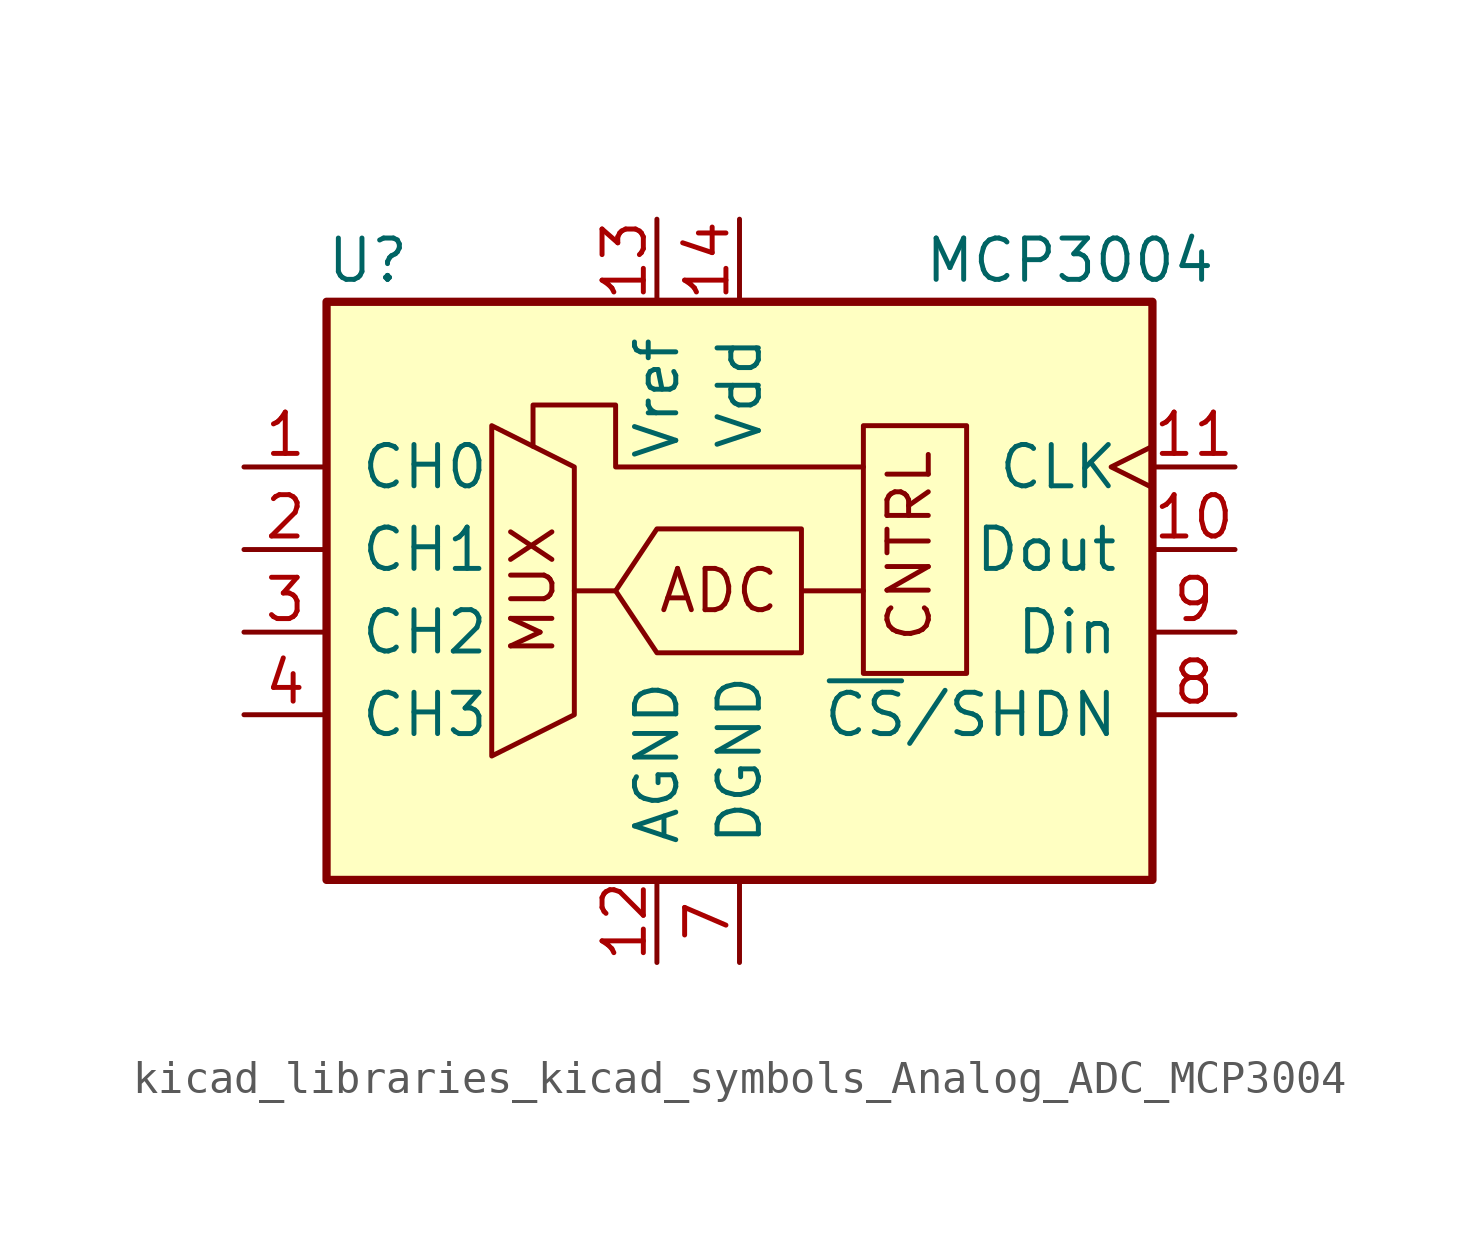
<source format=kicad_sym>
(kicad_symbol_lib
  (version 20220914)
  (generator kicad_symbol_editor)
  (symbol "kicad_libraries_kicad_symbols_Analog_ADC_MCP3004"
    (pin_names
      (offset 1.016))
    (property "Reference" "U"
      (at -11.43 8.89 0)
      (effects (font (size 1.27 1.27))))
    (property "Value" "MCP3004"
      (at 10.16 8.89 0)
      (effects (font (size 1.27 1.27))))
    (symbol "kicad_libraries_kicad_symbols_Analog_ADC_MCP3004_0_0"
      (text "ADC" (at -0.635 -1.27 0) (effects (font (size 1.27 1.27))))
      (text "CNTRL" (at 5.969 -2.921 900) (effects (font (size 1.27 1.27)) (justify left bottom)))
      (text "MUX" (at -6.35 -1.27 900) (effects (font (size 1.27 1.27)))))
    (symbol "kicad_libraries_kicad_symbols_Analog_ADC_MCP3004_0_1"
      (polyline (pts (xy -5.08 -1.27) (xy -3.81 -1.27)) (stroke (width 0) (type default)) (fill (type none)))
      (polyline (pts (xy 1.905 -1.27) (xy 3.81 -1.27)) (stroke (width 0) (type default)) (fill (type none)))
      (polyline (pts (xy -7.62 3.81) (xy -7.62 -6.35) (xy -5.08 -5.08) (xy -5.08 2.54) (xy -7.62 3.81)) (stroke (width 0) (type default)) (fill (type none)))
      (polyline (pts (xy 3.81 2.54) (xy -3.81 2.54) (xy -3.81 4.445) (xy -6.35 4.445) (xy -6.35 3.175)) (stroke (width 0) (type default)) (fill (type none)))
      (polyline (pts (xy -3.81 -1.27) (xy -2.54 0.635) (xy 1.905 0.635) (xy 1.905 -3.175) (xy -2.54 -3.175) (xy -3.81 -1.27)) (stroke (width 0) (type default)) (fill (type none)))
      (rectangle (start 3.81 -3.81) (end 6.985 3.81) (stroke (width 0) (type default)) (fill (type none)))
      (rectangle (start 12.7 7.62) (end -12.7 -10.16) (stroke (width 0.254) (type default)) (fill (type background))))
    (symbol "kicad_libraries_kicad_symbols_Analog_ADC_MCP3004_1_1"
      (pin input line (at -15.24 2.54 0) (length 2.54) (name "CH0" (effects (font (size 1.27 1.27)))) (number "1" (effects (font (size 1.27 1.27)))))
      (pin output line (at 15.24 0 180) (length 2.54) (name "Dout" (effects (font (size 1.27 1.27)))) (number "10" (effects (font (size 1.27 1.27)))))
      (pin input clock (at 15.24 2.54 180) (length 2.54) (name "CLK" (effects (font (size 1.27 1.27)))) (number "11" (effects (font (size 1.27 1.27)))))
      (pin power_in line (at -2.54 -12.7 90) (length 2.54) (name "AGND" (effects (font (size 1.27 1.27)))) (number "12" (effects (font (size 1.27 1.27)))))
      (pin power_in line (at -2.54 10.16 270) (length 2.54) (name "Vref" (effects (font (size 1.27 1.27)))) (number "13" (effects (font (size 1.27 1.27)))))
      (pin power_in line (at 0 10.16 270) (length 2.54) (name "Vdd" (effects (font (size 1.27 1.27)))) (number "14" (effects (font (size 1.27 1.27)))))
      (pin input line (at -15.24 0 0) (length 2.54) (name "CH1" (effects (font (size 1.27 1.27)))) (number "2" (effects (font (size 1.27 1.27)))))
      (pin input line (at -15.24 -2.54 0) (length 2.54) (name "CH2" (effects (font (size 1.27 1.27)))) (number "3" (effects (font (size 1.27 1.27)))))
      (pin input line (at -15.24 -5.08 0) (length 2.54) (name "CH3" (effects (font (size 1.27 1.27)))) (number "4" (effects (font (size 1.27 1.27)))))
      (pin no_connect line (at -12.7 5.08 0) (length 2.54) hide (name "NC" (effects (font (size 1.27 1.27)))) (number "5" (effects (font (size 1.27 1.27)))))
      (pin no_connect line (at -12.7 -7.62 0) (length 2.54) hide (name "NC" (effects (font (size 1.27 1.27)))) (number "6" (effects (font (size 1.27 1.27)))))
      (pin power_in line (at 0 -12.7 90) (length 2.54) (name "DGND" (effects (font (size 1.27 1.27)))) (number "7" (effects (font (size 1.27 1.27)))))
      (pin input line (at 15.24 -5.08 180) (length 2.54) (name "~{CS}/SHDN" (effects (font (size 1.27 1.27)))) (number "8" (effects (font (size 1.27 1.27)))))
      (pin input line (at 15.24 -2.54 180) (length 2.54) (name "Din" (effects (font (size 1.27 1.27)))) (number "9" (effects (font (size 1.27 1.27))))))))
</source>
